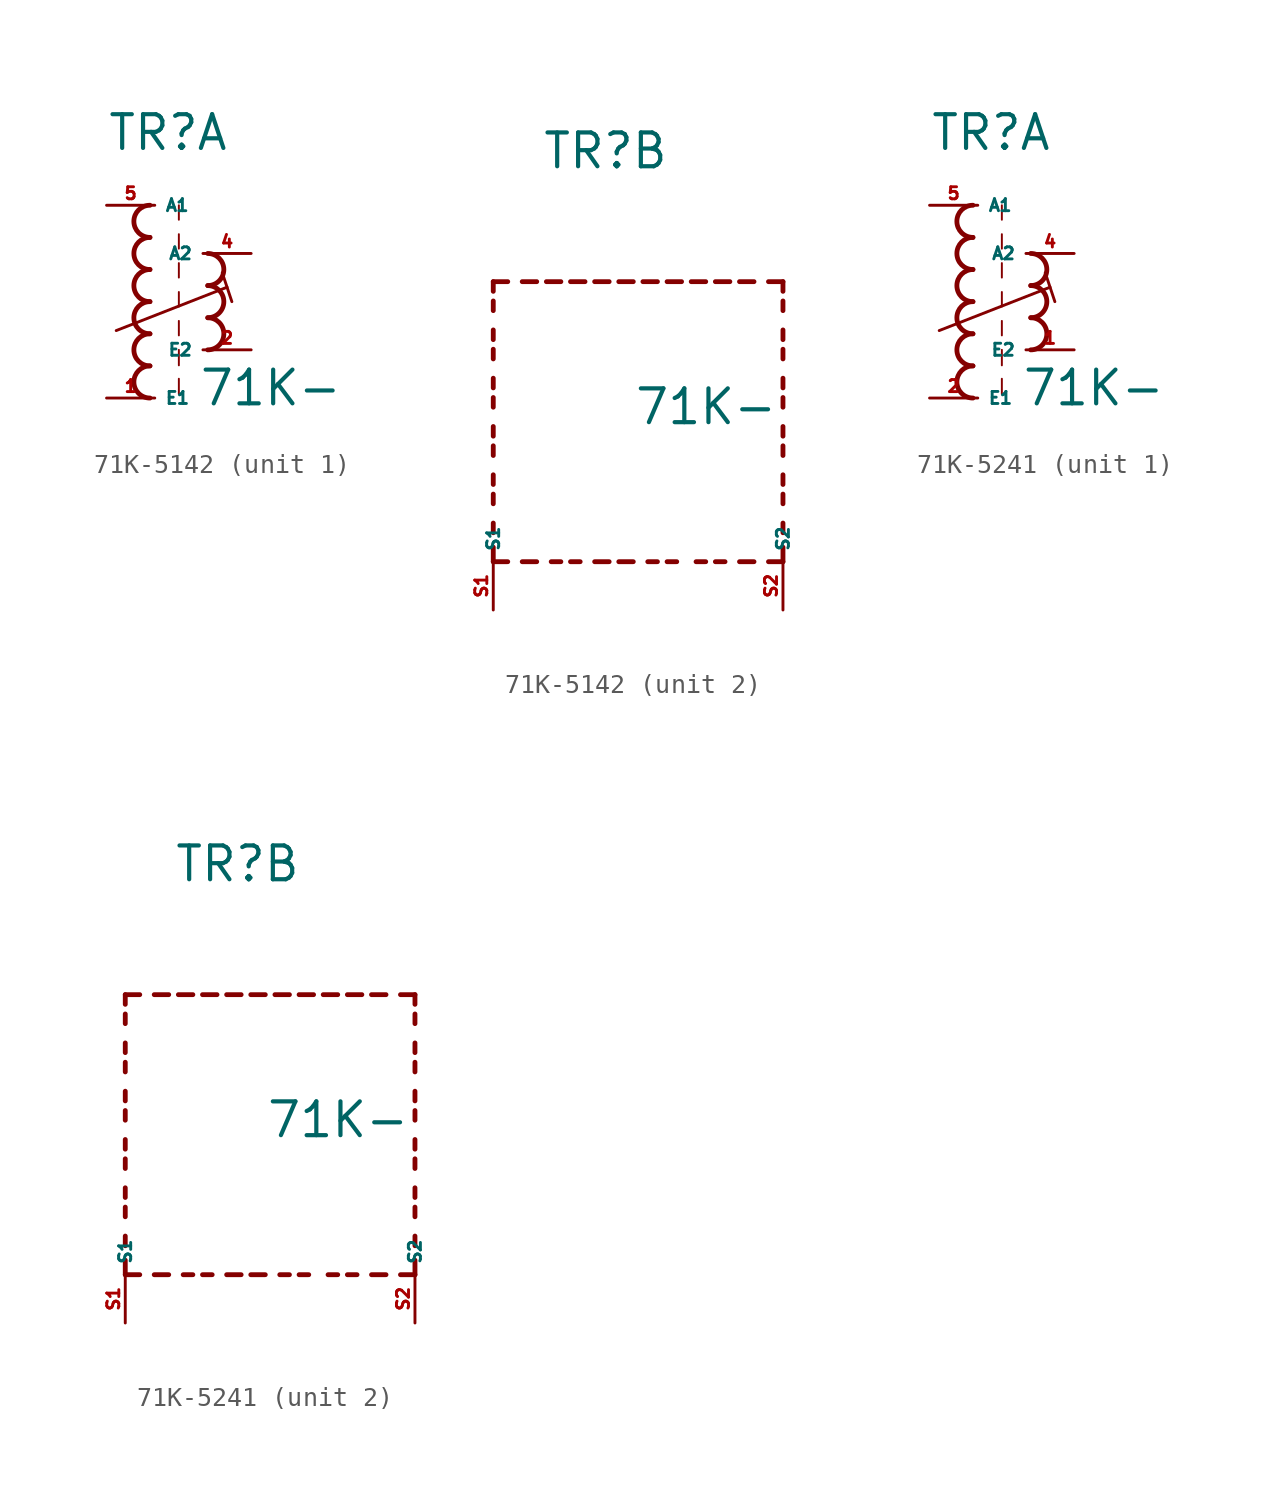
<source format=kicad_sym>
(kicad_symbol_lib
  (version 20220914)
  (generator kicad_symbol_editor)
  (symbol "71K-5142"
    (property "Reference" "TR"
      (at -2.54 7.874 0)
      (effects (font (size 1.778 1.778) (thickness 0.22)) (justify left bottom)))
    (property "Value" "71K-"
      (at 2.286 -5.588 0)
      (effects (font (size 1.778 1.778) (thickness 0.22)) (justify left bottom)))
    (symbol "71K-5142_1_0"
      (arc (start -0.254 -3.3866) (mid -1.1004 -4.2333) (end -0.254 -5.08) (stroke (width 0.254) (type default)) (fill (type none)))
      (arc (start -0.254 -1.6932) (mid -1.1004 -2.5399) (end -0.254 -3.3866) (stroke (width 0.254) (type default)) (fill (type none)))
      (arc (start -0.254 0) (mid -1.1004 -0.8467) (end -0.254 -1.6934) (stroke (width 0.254) (type default)) (fill (type none)))
      (arc (start -0.254 1.6934) (mid -1.1004 0.8467) (end -0.254 0) (stroke (width 0.254) (type default)) (fill (type none)))
      (arc (start -0.254 3.3866) (mid -1.1002 2.54) (end -0.254 1.6934) (stroke (width 0.254) (type default)) (fill (type none)))
      (arc (start -0.254 5.08) (mid -1.1004 4.2333) (end -0.254 3.3866) (stroke (width 0.254) (type default)) (fill (type none)))
      (polyline (pts (xy -2.032 -1.524) (xy 3.81 0.762)) (stroke (width 0.152) (type default)) (fill (type none)))
      (polyline (pts (xy 1.27 -4.064) (xy 1.27 -4.88)) (stroke (width 0.102) (type default)) (fill (type none)))
      (polyline (pts (xy 1.27 -2.54) (xy 1.27 -3.356)) (stroke (width 0.102) (type default)) (fill (type none)))
      (polyline (pts (xy 1.27 -1.016) (xy 1.27 -1.778)) (stroke (width 0.102) (type default)) (fill (type none)))
      (polyline (pts (xy 1.27 0.508) (xy 1.27 -0.254)) (stroke (width 0.102) (type default)) (fill (type none)))
      (polyline (pts (xy 1.27 2.032) (xy 1.27 1.27)) (stroke (width 0.102) (type default)) (fill (type none)))
      (polyline (pts (xy 1.27 3.556) (xy 1.27 2.794)) (stroke (width 0.102) (type default)) (fill (type none)))
      (polyline (pts (xy 1.27 5.08) (xy 1.27 4.318)) (stroke (width 0.102) (type default)) (fill (type none)))
      (polyline (pts (xy 3.556 1.524) (xy 4.064 0)) (stroke (width 0.152) (type default)) (fill (type none)))
      (arc (start 2.794 -2.54) (mid 3.6404 -1.6933) (end 2.794 -0.8466) (stroke (width 0.254) (type default)) (fill (type none)))
      (arc (start 2.794 -0.8466) (mid 3.6402 0) (end 2.794 0.8466) (stroke (width 0.254) (type default)) (fill (type none)))
      (arc (start 2.794 0.8466) (mid 3.6404 1.6933) (end 2.794 2.54) (stroke (width 0.254) (type default)) (fill (type none)))
      (pin passive line (at -2.54 -5.08 0) (length 2.54) (name "E1" (effects (font (size 0.635 0.635)))) (number "1" (effects (font (size 0.635 0.635)))))
      (pin passive line (at 5.08 -2.54 180) (length 2.54) (name "E2" (effects (font (size 0.635 0.635)))) (number "2" (effects (font (size 0.635 0.635)))))
      (pin passive line (at 5.08 2.54 180) (length 2.54) (name "A2" (effects (font (size 0.635 0.635)))) (number "4" (effects (font (size 0.635 0.635)))))
      (pin passive line (at -2.54 5.08 0) (length 2.54) (name "A1" (effects (font (size 0.635 0.635)))) (number "5" (effects (font (size 0.635 0.635))))))
    (symbol "71K-5142_2_0"
      (polyline (pts (xy -5.08 -12.7) (xy -5.08 -11.938)) (stroke (width 0.254) (type default)) (fill (type none)))
      (polyline (pts (xy -5.08 -12.7) (xy -4.318 -12.7)) (stroke (width 0.254) (type default)) (fill (type none)))
      (polyline (pts (xy -5.08 -11.176) (xy -5.08 -10.668)) (stroke (width 0.254) (type default)) (fill (type none)))
      (polyline (pts (xy -5.08 -9.652) (xy -5.08 -9.144)) (stroke (width 0.254) (type default)) (fill (type none)))
      (polyline (pts (xy -5.08 -8.636) (xy -5.08 -8.128)) (stroke (width 0.254) (type default)) (fill (type none)))
      (polyline (pts (xy -5.08 -7.112) (xy -5.08 -6.604)) (stroke (width 0.254) (type default)) (fill (type none)))
      (polyline (pts (xy -5.08 -6.096) (xy -5.08 -5.588)) (stroke (width 0.254) (type default)) (fill (type none)))
      (polyline (pts (xy -5.08 -4.572) (xy -5.08 -4.064)) (stroke (width 0.254) (type default)) (fill (type none)))
      (polyline (pts (xy -5.08 -3.556) (xy -5.08 -3.048)) (stroke (width 0.254) (type default)) (fill (type none)))
      (polyline (pts (xy -5.08 -2.032) (xy -5.08 -1.524)) (stroke (width 0.254) (type default)) (fill (type none)))
      (polyline (pts (xy -5.08 -1.016) (xy -5.08 -0.508)) (stroke (width 0.254) (type default)) (fill (type none)))
      (polyline (pts (xy -5.08 0.508) (xy -5.08 1.016)) (stroke (width 0.254) (type default)) (fill (type none)))
      (polyline (pts (xy -5.08 1.524) (xy -5.08 2.032)) (stroke (width 0.254) (type default)) (fill (type none)))
      (polyline (pts (xy -5.08 2.032) (xy -4.318 2.032)) (stroke (width 0.254) (type default)) (fill (type none)))
      (polyline (pts (xy -3.556 -12.7) (xy -2.794 -12.7)) (stroke (width 0.254) (type default)) (fill (type none)))
      (polyline (pts (xy -3.556 2.032) (xy -2.794 2.032)) (stroke (width 0.254) (type default)) (fill (type none)))
      (polyline (pts (xy -1.524 -12.7) (xy -2.032 -12.7)) (stroke (width 0.254) (type default)) (fill (type none)))
      (polyline (pts (xy -1.524 2.032) (xy -2.286 2.032)) (stroke (width 0.254) (type default)) (fill (type none)))
      (polyline (pts (xy -1.016 2.032) (xy -0.254 2.032)) (stroke (width 0.254) (type default)) (fill (type none)))
      (polyline (pts (xy -0.508 -12.7) (xy -1.016 -12.7)) (stroke (width 0.254) (type default)) (fill (type none)))
      (polyline (pts (xy 1.016 -12.7) (xy 0.254 -12.7)) (stroke (width 0.254) (type default)) (fill (type none)))
      (polyline (pts (xy 1.016 2.032) (xy 0.254 2.032)) (stroke (width 0.254) (type default)) (fill (type none)))
      (polyline (pts (xy 1.524 -12.7) (xy 2.286 -12.7)) (stroke (width 0.254) (type default)) (fill (type none)))
      (polyline (pts (xy 1.524 2.032) (xy 2.286 2.032)) (stroke (width 0.254) (type default)) (fill (type none)))
      (polyline (pts (xy 3.556 -12.7) (xy 3.048 -12.7)) (stroke (width 0.254) (type default)) (fill (type none)))
      (polyline (pts (xy 3.556 2.032) (xy 2.794 2.032)) (stroke (width 0.254) (type default)) (fill (type none)))
      (polyline (pts (xy 4.064 2.032) (xy 4.826 2.032)) (stroke (width 0.254) (type default)) (fill (type none)))
      (polyline (pts (xy 4.572 -12.7) (xy 4.064 -12.7)) (stroke (width 0.254) (type default)) (fill (type none)))
      (polyline (pts (xy 6.096 -12.7) (xy 5.588 -12.7)) (stroke (width 0.254) (type default)) (fill (type none)))
      (polyline (pts (xy 6.096 2.032) (xy 5.334 2.032)) (stroke (width 0.254) (type default)) (fill (type none)))
      (polyline (pts (xy 6.604 2.032) (xy 7.366 2.032)) (stroke (width 0.254) (type default)) (fill (type none)))
      (polyline (pts (xy 7.112 -12.7) (xy 6.604 -12.7)) (stroke (width 0.254) (type default)) (fill (type none)))
      (polyline (pts (xy 8.636 -12.7) (xy 7.874 -12.7)) (stroke (width 0.254) (type default)) (fill (type none)))
      (polyline (pts (xy 8.636 2.032) (xy 7.874 2.032)) (stroke (width 0.254) (type default)) (fill (type none)))
      (polyline (pts (xy 10.16 -12.7) (xy 9.398 -12.7)) (stroke (width 0.254) (type default)) (fill (type none)))
      (polyline (pts (xy 10.16 -12.7) (xy 10.16 -11.938)) (stroke (width 0.254) (type default)) (fill (type none)))
      (polyline (pts (xy 10.16 -11.176) (xy 10.16 -10.668)) (stroke (width 0.254) (type default)) (fill (type none)))
      (polyline (pts (xy 10.16 -9.652) (xy 10.16 -9.144)) (stroke (width 0.254) (type default)) (fill (type none)))
      (polyline (pts (xy 10.16 -8.636) (xy 10.16 -8.128)) (stroke (width 0.254) (type default)) (fill (type none)))
      (polyline (pts (xy 10.16 -7.112) (xy 10.16 -6.604)) (stroke (width 0.254) (type default)) (fill (type none)))
      (polyline (pts (xy 10.16 -6.096) (xy 10.16 -5.588)) (stroke (width 0.254) (type default)) (fill (type none)))
      (polyline (pts (xy 10.16 -4.572) (xy 10.16 -4.064)) (stroke (width 0.254) (type default)) (fill (type none)))
      (polyline (pts (xy 10.16 -3.556) (xy 10.16 -3.048)) (stroke (width 0.254) (type default)) (fill (type none)))
      (polyline (pts (xy 10.16 -2.032) (xy 10.16 -1.524)) (stroke (width 0.254) (type default)) (fill (type none)))
      (polyline (pts (xy 10.16 -1.016) (xy 10.16 -0.508)) (stroke (width 0.254) (type default)) (fill (type none)))
      (polyline (pts (xy 10.16 0.508) (xy 10.16 1.016)) (stroke (width 0.254) (type default)) (fill (type none)))
      (polyline (pts (xy 10.16 1.524) (xy 10.16 2.032)) (stroke (width 0.254) (type default)) (fill (type none)))
      (polyline (pts (xy 10.16 2.032) (xy 9.398 2.032)) (stroke (width 0.254) (type default)) (fill (type none)))
      (pin passive line (at -5.08 -15.24 90) (length 2.54) (name "S1" (effects (font (size 0.635 0.635)))) (number "S1" (effects (font (size 0.635 0.635)))))
      (pin passive line (at 10.16 -15.24 90) (length 2.54) (name "S2" (effects (font (size 0.635 0.635)))) (number "S2" (effects (font (size 0.635 0.635)))))))
  (symbol "71K-5241"
    (property "Reference" "TR"
      (at -2.54 7.874 0)
      (effects (font (size 1.778 1.778) (thickness 0.22)) (justify left bottom)))
    (property "Value" "71K-"
      (at 2.286 -5.588 0)
      (effects (font (size 1.778 1.778) (thickness 0.22)) (justify left bottom)))
    (symbol "71K-5241_1_0"
      (arc (start -0.254 -3.3866) (mid -1.1004 -4.2333) (end -0.254 -5.08) (stroke (width 0.254) (type default)) (fill (type none)))
      (arc (start -0.254 -1.6932) (mid -1.1004 -2.5399) (end -0.254 -3.3866) (stroke (width 0.254) (type default)) (fill (type none)))
      (arc (start -0.254 0) (mid -1.1004 -0.8467) (end -0.254 -1.6934) (stroke (width 0.254) (type default)) (fill (type none)))
      (arc (start -0.254 1.6934) (mid -1.1004 0.8467) (end -0.254 0) (stroke (width 0.254) (type default)) (fill (type none)))
      (arc (start -0.254 3.3866) (mid -1.1002 2.54) (end -0.254 1.6934) (stroke (width 0.254) (type default)) (fill (type none)))
      (arc (start -0.254 5.08) (mid -1.1004 4.2333) (end -0.254 3.3866) (stroke (width 0.254) (type default)) (fill (type none)))
      (polyline (pts (xy -2.032 -1.524) (xy 3.81 0.762)) (stroke (width 0.152) (type default)) (fill (type none)))
      (polyline (pts (xy 1.27 -4.064) (xy 1.27 -4.88)) (stroke (width 0.102) (type default)) (fill (type none)))
      (polyline (pts (xy 1.27 -2.54) (xy 1.27 -3.356)) (stroke (width 0.102) (type default)) (fill (type none)))
      (polyline (pts (xy 1.27 -1.016) (xy 1.27 -1.778)) (stroke (width 0.102) (type default)) (fill (type none)))
      (polyline (pts (xy 1.27 0.508) (xy 1.27 -0.254)) (stroke (width 0.102) (type default)) (fill (type none)))
      (polyline (pts (xy 1.27 2.032) (xy 1.27 1.27)) (stroke (width 0.102) (type default)) (fill (type none)))
      (polyline (pts (xy 1.27 3.556) (xy 1.27 2.794)) (stroke (width 0.102) (type default)) (fill (type none)))
      (polyline (pts (xy 1.27 5.08) (xy 1.27 4.318)) (stroke (width 0.102) (type default)) (fill (type none)))
      (polyline (pts (xy 3.556 1.524) (xy 4.064 0)) (stroke (width 0.152) (type default)) (fill (type none)))
      (arc (start 2.794 -2.54) (mid 3.6404 -1.6933) (end 2.794 -0.8466) (stroke (width 0.254) (type default)) (fill (type none)))
      (arc (start 2.794 -0.8466) (mid 3.6402 0) (end 2.794 0.8466) (stroke (width 0.254) (type default)) (fill (type none)))
      (arc (start 2.794 0.8466) (mid 3.6404 1.6933) (end 2.794 2.54) (stroke (width 0.254) (type default)) (fill (type none)))
      (pin passive line (at 5.08 -2.54 180) (length 2.54) (name "E2" (effects (font (size 0.635 0.635)))) (number "1" (effects (font (size 0.635 0.635)))))
      (pin passive line (at -2.54 -5.08 0) (length 2.54) (name "E1" (effects (font (size 0.635 0.635)))) (number "2" (effects (font (size 0.635 0.635)))))
      (pin passive line (at 5.08 2.54 180) (length 2.54) (name "A2" (effects (font (size 0.635 0.635)))) (number "4" (effects (font (size 0.635 0.635)))))
      (pin passive line (at -2.54 5.08 0) (length 2.54) (name "A1" (effects (font (size 0.635 0.635)))) (number "5" (effects (font (size 0.635 0.635))))))
    (symbol "71K-5241_2_0"
      (polyline (pts (xy -5.08 -12.7) (xy -5.08 -11.938)) (stroke (width 0.254) (type default)) (fill (type none)))
      (polyline (pts (xy -5.08 -12.7) (xy -4.318 -12.7)) (stroke (width 0.254) (type default)) (fill (type none)))
      (polyline (pts (xy -5.08 -11.176) (xy -5.08 -10.668)) (stroke (width 0.254) (type default)) (fill (type none)))
      (polyline (pts (xy -5.08 -9.652) (xy -5.08 -9.144)) (stroke (width 0.254) (type default)) (fill (type none)))
      (polyline (pts (xy -5.08 -8.636) (xy -5.08 -8.128)) (stroke (width 0.254) (type default)) (fill (type none)))
      (polyline (pts (xy -5.08 -7.112) (xy -5.08 -6.604)) (stroke (width 0.254) (type default)) (fill (type none)))
      (polyline (pts (xy -5.08 -6.096) (xy -5.08 -5.588)) (stroke (width 0.254) (type default)) (fill (type none)))
      (polyline (pts (xy -5.08 -4.572) (xy -5.08 -4.064)) (stroke (width 0.254) (type default)) (fill (type none)))
      (polyline (pts (xy -5.08 -3.556) (xy -5.08 -3.048)) (stroke (width 0.254) (type default)) (fill (type none)))
      (polyline (pts (xy -5.08 -2.032) (xy -5.08 -1.524)) (stroke (width 0.254) (type default)) (fill (type none)))
      (polyline (pts (xy -5.08 -1.016) (xy -5.08 -0.508)) (stroke (width 0.254) (type default)) (fill (type none)))
      (polyline (pts (xy -5.08 0.508) (xy -5.08 1.016)) (stroke (width 0.254) (type default)) (fill (type none)))
      (polyline (pts (xy -5.08 1.524) (xy -5.08 2.032)) (stroke (width 0.254) (type default)) (fill (type none)))
      (polyline (pts (xy -5.08 2.032) (xy -4.318 2.032)) (stroke (width 0.254) (type default)) (fill (type none)))
      (polyline (pts (xy -3.556 -12.7) (xy -2.794 -12.7)) (stroke (width 0.254) (type default)) (fill (type none)))
      (polyline (pts (xy -3.556 2.032) (xy -2.794 2.032)) (stroke (width 0.254) (type default)) (fill (type none)))
      (polyline (pts (xy -1.524 -12.7) (xy -2.032 -12.7)) (stroke (width 0.254) (type default)) (fill (type none)))
      (polyline (pts (xy -1.524 2.032) (xy -2.286 2.032)) (stroke (width 0.254) (type default)) (fill (type none)))
      (polyline (pts (xy -1.016 2.032) (xy -0.254 2.032)) (stroke (width 0.254) (type default)) (fill (type none)))
      (polyline (pts (xy -0.508 -12.7) (xy -1.016 -12.7)) (stroke (width 0.254) (type default)) (fill (type none)))
      (polyline (pts (xy 1.016 -12.7) (xy 0.254 -12.7)) (stroke (width 0.254) (type default)) (fill (type none)))
      (polyline (pts (xy 1.016 2.032) (xy 0.254 2.032)) (stroke (width 0.254) (type default)) (fill (type none)))
      (polyline (pts (xy 1.524 -12.7) (xy 2.286 -12.7)) (stroke (width 0.254) (type default)) (fill (type none)))
      (polyline (pts (xy 1.524 2.032) (xy 2.286 2.032)) (stroke (width 0.254) (type default)) (fill (type none)))
      (polyline (pts (xy 3.556 -12.7) (xy 3.048 -12.7)) (stroke (width 0.254) (type default)) (fill (type none)))
      (polyline (pts (xy 3.556 2.032) (xy 2.794 2.032)) (stroke (width 0.254) (type default)) (fill (type none)))
      (polyline (pts (xy 4.064 2.032) (xy 4.826 2.032)) (stroke (width 0.254) (type default)) (fill (type none)))
      (polyline (pts (xy 4.572 -12.7) (xy 4.064 -12.7)) (stroke (width 0.254) (type default)) (fill (type none)))
      (polyline (pts (xy 6.096 -12.7) (xy 5.588 -12.7)) (stroke (width 0.254) (type default)) (fill (type none)))
      (polyline (pts (xy 6.096 2.032) (xy 5.334 2.032)) (stroke (width 0.254) (type default)) (fill (type none)))
      (polyline (pts (xy 6.604 2.032) (xy 7.366 2.032)) (stroke (width 0.254) (type default)) (fill (type none)))
      (polyline (pts (xy 7.112 -12.7) (xy 6.604 -12.7)) (stroke (width 0.254) (type default)) (fill (type none)))
      (polyline (pts (xy 8.636 -12.7) (xy 7.874 -12.7)) (stroke (width 0.254) (type default)) (fill (type none)))
      (polyline (pts (xy 8.636 2.032) (xy 7.874 2.032)) (stroke (width 0.254) (type default)) (fill (type none)))
      (polyline (pts (xy 10.16 -12.7) (xy 9.398 -12.7)) (stroke (width 0.254) (type default)) (fill (type none)))
      (polyline (pts (xy 10.16 -12.7) (xy 10.16 -11.938)) (stroke (width 0.254) (type default)) (fill (type none)))
      (polyline (pts (xy 10.16 -11.176) (xy 10.16 -10.668)) (stroke (width 0.254) (type default)) (fill (type none)))
      (polyline (pts (xy 10.16 -9.652) (xy 10.16 -9.144)) (stroke (width 0.254) (type default)) (fill (type none)))
      (polyline (pts (xy 10.16 -8.636) (xy 10.16 -8.128)) (stroke (width 0.254) (type default)) (fill (type none)))
      (polyline (pts (xy 10.16 -7.112) (xy 10.16 -6.604)) (stroke (width 0.254) (type default)) (fill (type none)))
      (polyline (pts (xy 10.16 -6.096) (xy 10.16 -5.588)) (stroke (width 0.254) (type default)) (fill (type none)))
      (polyline (pts (xy 10.16 -4.572) (xy 10.16 -4.064)) (stroke (width 0.254) (type default)) (fill (type none)))
      (polyline (pts (xy 10.16 -3.556) (xy 10.16 -3.048)) (stroke (width 0.254) (type default)) (fill (type none)))
      (polyline (pts (xy 10.16 -2.032) (xy 10.16 -1.524)) (stroke (width 0.254) (type default)) (fill (type none)))
      (polyline (pts (xy 10.16 -1.016) (xy 10.16 -0.508)) (stroke (width 0.254) (type default)) (fill (type none)))
      (polyline (pts (xy 10.16 0.508) (xy 10.16 1.016)) (stroke (width 0.254) (type default)) (fill (type none)))
      (polyline (pts (xy 10.16 1.524) (xy 10.16 2.032)) (stroke (width 0.254) (type default)) (fill (type none)))
      (polyline (pts (xy 10.16 2.032) (xy 9.398 2.032)) (stroke (width 0.254) (type default)) (fill (type none)))
      (pin passive line (at -5.08 -15.24 90) (length 2.54) (name "S1" (effects (font (size 0.635 0.635)))) (number "S1" (effects (font (size 0.635 0.635)))))
      (pin passive line (at 10.16 -15.24 90) (length 2.54) (name "S2" (effects (font (size 0.635 0.635)))) (number "S2" (effects (font (size 0.635 0.635))))))))
</source>
